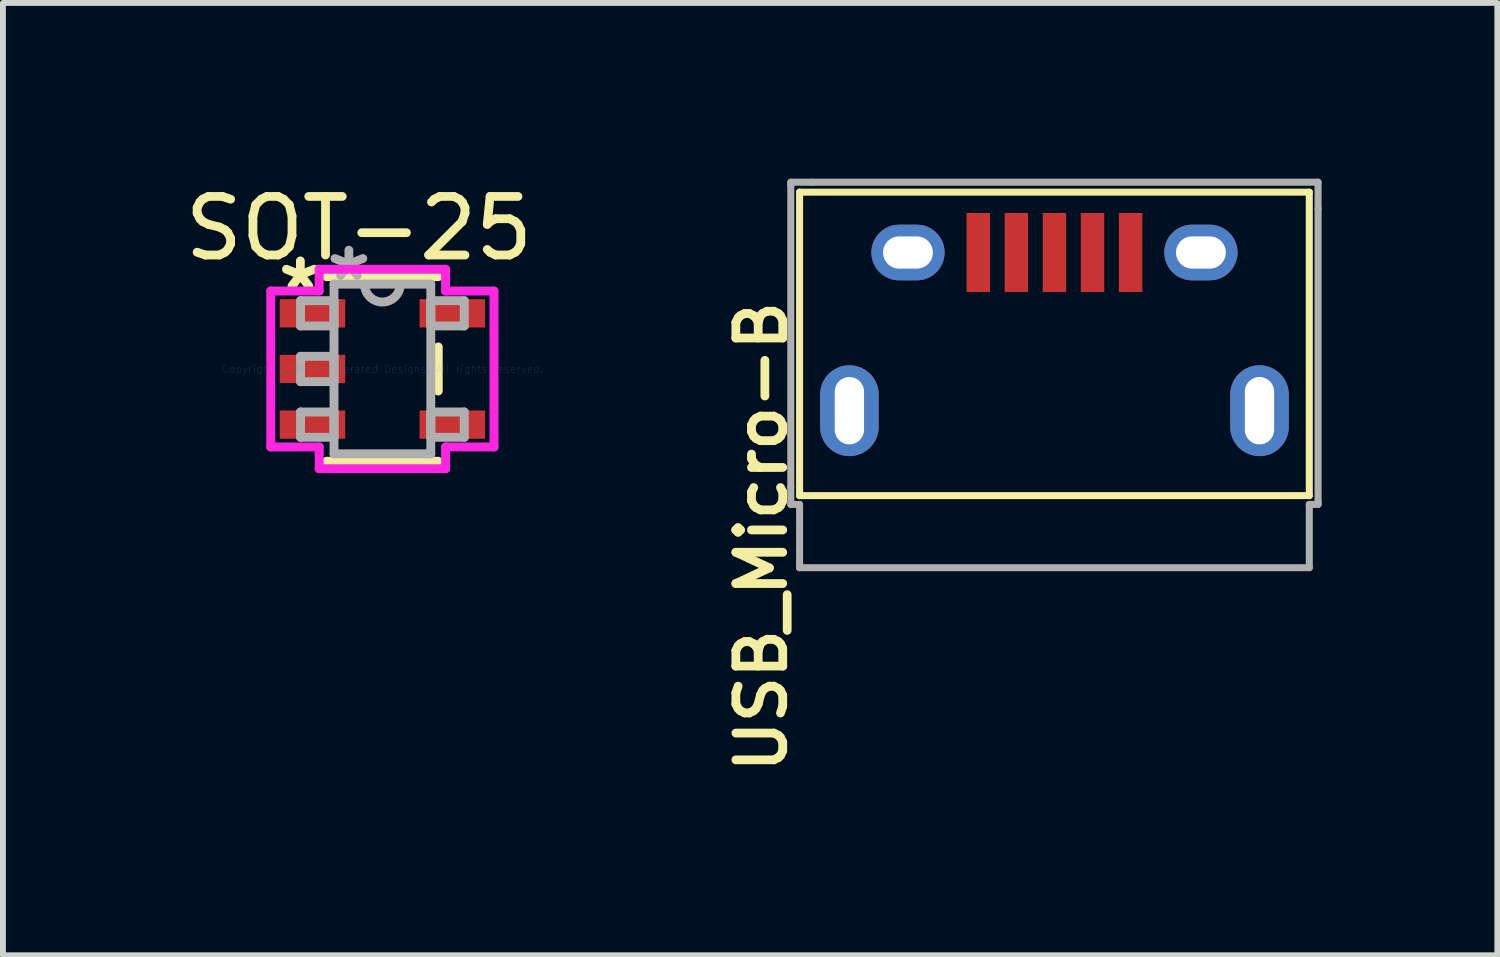
<source format=kicad_pcb>
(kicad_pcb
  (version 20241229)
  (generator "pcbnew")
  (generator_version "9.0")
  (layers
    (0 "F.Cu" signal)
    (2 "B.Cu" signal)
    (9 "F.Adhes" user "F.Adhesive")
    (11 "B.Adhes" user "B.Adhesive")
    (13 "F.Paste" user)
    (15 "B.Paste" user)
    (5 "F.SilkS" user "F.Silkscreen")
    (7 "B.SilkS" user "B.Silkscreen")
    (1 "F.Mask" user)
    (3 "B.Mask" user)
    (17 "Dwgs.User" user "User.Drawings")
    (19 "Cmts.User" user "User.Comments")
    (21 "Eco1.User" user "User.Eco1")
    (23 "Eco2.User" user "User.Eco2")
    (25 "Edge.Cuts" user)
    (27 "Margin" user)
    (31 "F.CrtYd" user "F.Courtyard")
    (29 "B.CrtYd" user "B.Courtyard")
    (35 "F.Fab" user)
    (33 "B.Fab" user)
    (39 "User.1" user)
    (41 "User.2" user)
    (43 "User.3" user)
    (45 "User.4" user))
  (footprint "USB_Micro-B"
    (layer "F.Cu")
    (at 14.948 2.61)
    (property "Reference" "USB_Micro-B" (at -5 3.5 270) (layer "F.SilkS") (effects (font (size 0.8 0.8) (thickness 0.15))))
    (attr smd)
    (fp_line (start -4.35 -2.38) (end 4.35 -2.38) (stroke (width 0.12) (type solid)) (layer "F.SilkS"))
    (fp_line (start -4.35 2.8) (end -4.35 -2.38) (stroke (width 0.12) (type solid)) (layer "F.SilkS"))
    (fp_line (start 4.35 -2.38) (end 4.35 2.8) (stroke (width 0.12) (type solid)) (layer "F.SilkS"))
    (fp_line (start 4.35 2.8) (end -4.35 2.8) (stroke (width 0.12) (type solid)) (layer "F.SilkS"))
    (fp_line (start -4.5 -2.55) (end -4.15 -2.55) (stroke (width 0.12) (type solid)) (layer "F.Fab"))
    (fp_line (start -4.5 -2.5) (end -4.5 -2.55) (stroke (width 0.12) (type solid)) (layer "F.Fab"))
    (fp_line (start -4.5 2.65) (end -4.5 -2.5) (stroke (width 0.12) (type solid)) (layer "F.Fab"))
    (fp_line (start -4.5 2.95) (end -4.5 2.65) (stroke (width 0.12) (type solid)) (layer "F.Fab"))
    (fp_line (start -4.35 2.95) (end -4.5 2.95) (stroke (width 0.12) (type solid)) (layer "F.Fab"))
    (fp_line (start -4.35 2.95) (end -4.35 4.03) (stroke (width 0.12) (type solid)) (layer "F.Fab"))
    (fp_line (start -4.35 4.03) (end 4.35 4.03) (stroke (width 0.12) (type solid)) (layer "F.Fab"))
    (fp_line (start -4.15 -2.55) (end 4.5 -2.55) (stroke (width 0.12) (type solid)) (layer "F.Fab"))
    (fp_line (start 4.35 4.03) (end 4.35 2.95) (stroke (width 0.12) (type solid)) (layer "F.Fab"))
    (fp_line (start 4.5 -2.55) (end 4.5 -2.1) (stroke (width 0.12) (type solid)) (layer "F.Fab"))
    (fp_line (start 4.5 -2.1) (end 4.5 2.9) (stroke (width 0.12) (type solid)) (layer "F.Fab"))
    (fp_line (start 4.5 2.9) (end 4.5 2.95) (stroke (width 0.12) (type solid)) (layer "F.Fab"))
    (fp_line (start 4.5 2.95) (end 4.35 2.95) (stroke (width 0.12) (type solid)) (layer "F.Fab"))
    (pad "1" smd rect (at -1.3 -1.35 90) (size 1.35 0.4) (layers "F.Cu" "F.Mask" "F.Paste"))
    (pad "2" smd rect (at -0.65 -1.35 90) (size 1.35 0.4) (layers "F.Cu" "F.Mask" "F.Paste"))
    (pad "3" smd rect (at 0 -1.35 90) (size 1.35 0.4) (layers "F.Cu" "F.Mask" "F.Paste"))
    (pad "4" smd rect (at 0.65 -1.35 90) (size 1.35 0.4) (layers "F.Cu" "F.Mask" "F.Paste"))
    (pad "5" smd rect (at 1.3 -1.35 90) (size 1.35 0.4) (layers "F.Cu" "F.Mask" "F.Paste"))
    (pad "6" thru_hole oval (at -3.5 1.35 90) (size 1.55 1) (drill oval 1.15 0.5) (layers "*.Cu" "*.Mask"))
    (pad "6" thru_hole oval (at -2.5 -1.35 90) (size 0.95 1.25) (drill oval 0.55 0.85) (layers "*.Cu" "*.Mask"))
    (pad "6" thru_hole oval (at 2.5 -1.35 90) (size 0.95 1.25) (drill oval 0.55 0.85) (layers "*.Cu" "*.Mask"))
    (pad "6" thru_hole oval (at 3.5 1.35 90) (size 1.55 1) (drill oval 1.15 0.5) (layers "*.Cu" "*.Mask")))
  (footprint "SOT-25"
    (layer "F.Cu")
    (at 3.477 3.248)
    (property "Reference" "SOT-25" (at -0.4 -2.4 0) (layer "F.SilkS") (effects (font (size 1 1) (thickness 0.15))))
    (attr through_hole)
    (fp_line (start -0.953 1.575) (end 0.953 1.575) (stroke (width 0.152) (type solid)) (layer "F.SilkS"))
    (fp_line (start 0.953 -1.575) (end -0.953 -1.575) (stroke (width 0.152) (type solid)) (layer "F.SilkS"))
    (fp_line (start 0.953 0.376) (end 0.953 -0.376) (stroke (width 0.152) (type solid)) (layer "F.SilkS"))
    (fp_line (start -1.905 -1.331) (end -1.079 -1.331) (stroke (width 0.152) (type solid)) (layer "F.CrtYd"))
    (fp_line (start -1.905 1.331) (end -1.905 -1.331) (stroke (width 0.152) (type solid)) (layer "F.CrtYd"))
    (fp_line (start -1.079 -1.702) (end 1.079 -1.702) (stroke (width 0.152) (type solid)) (layer "F.CrtYd"))
    (fp_line (start -1.079 -1.331) (end -1.079 -1.702) (stroke (width 0.152) (type solid)) (layer "F.CrtYd"))
    (fp_line (start -1.079 1.331) (end -1.905 1.331) (stroke (width 0.152) (type solid)) (layer "F.CrtYd"))
    (fp_line (start -1.079 1.702) (end -1.079 1.331) (stroke (width 0.152) (type solid)) (layer "F.CrtYd"))
    (fp_line (start 1.079 -1.702) (end 1.079 -1.331) (stroke (width 0.152) (type solid)) (layer "F.CrtYd"))
    (fp_line (start 1.079 -1.331) (end 1.905 -1.331) (stroke (width 0.152) (type solid)) (layer "F.CrtYd"))
    (fp_line (start 1.079 1.331) (end 1.079 1.702) (stroke (width 0.152) (type solid)) (layer "F.CrtYd"))
    (fp_line (start 1.079 1.702) (end -1.079 1.702) (stroke (width 0.152) (type solid)) (layer "F.CrtYd"))
    (fp_line (start 1.905 -1.331) (end 1.905 1.331) (stroke (width 0.152) (type solid)) (layer "F.CrtYd"))
    (fp_line (start 1.905 1.331) (end 1.079 1.331) (stroke (width 0.152) (type solid)) (layer "F.CrtYd"))
    (fp_line (start -1.397 -1.166) (end -1.397 -0.734) (stroke (width 0.152) (type solid)) (layer "F.Fab"))
    (fp_line (start -1.397 -0.734) (end -0.826 -0.734) (stroke (width 0.152) (type solid)) (layer "F.Fab"))
    (fp_line (start -1.397 -0.216) (end -1.397 0.216) (stroke (width 0.152) (type solid)) (layer "F.Fab"))
    (fp_line (start -1.397 0.216) (end -0.826 0.216) (stroke (width 0.152) (type solid)) (layer "F.Fab"))
    (fp_line (start -1.397 0.734) (end -1.397 1.166) (stroke (width 0.152) (type solid)) (layer "F.Fab"))
    (fp_line (start -1.397 1.166) (end -0.826 1.166) (stroke (width 0.152) (type solid)) (layer "F.Fab"))
    (fp_line (start -0.826 -1.448) (end -0.826 1.448) (stroke (width 0.152) (type solid)) (layer "F.Fab"))
    (fp_line (start -0.826 -1.166) (end -1.397 -1.166) (stroke (width 0.152) (type solid)) (layer "F.Fab"))
    (fp_line (start -0.826 -0.734) (end -0.826 -1.166) (stroke (width 0.152) (type solid)) (layer "F.Fab"))
    (fp_line (start -0.826 -0.216) (end -1.397 -0.216) (stroke (width 0.152) (type solid)) (layer "F.Fab"))
    (fp_line (start -0.826 0.216) (end -0.826 -0.216) (stroke (width 0.152) (type solid)) (layer "F.Fab"))
    (fp_line (start -0.826 0.734) (end -1.397 0.734) (stroke (width 0.152) (type solid)) (layer "F.Fab"))
    (fp_line (start -0.826 1.166) (end -0.826 0.734) (stroke (width 0.152) (type solid)) (layer "F.Fab"))
    (fp_line (start -0.826 1.448) (end 0.826 1.448) (stroke (width 0.152) (type solid)) (layer "F.Fab"))
    (fp_line (start 0.826 -1.448) (end -0.826 -1.448) (stroke (width 0.152) (type solid)) (layer "F.Fab"))
    (fp_line (start 0.826 -1.166) (end 0.826 -0.734) (stroke (width 0.152) (type solid)) (layer "F.Fab"))
    (fp_line (start 0.826 -0.734) (end 1.397 -0.734) (stroke (width 0.152) (type solid)) (layer "F.Fab"))
    (fp_line (start 0.826 0.734) (end 0.826 1.166) (stroke (width 0.152) (type solid)) (layer "F.Fab"))
    (fp_line (start 0.826 1.166) (end 1.397 1.166) (stroke (width 0.152) (type solid)) (layer "F.Fab"))
    (fp_line (start 0.826 1.448) (end 0.826 -1.448) (stroke (width 0.152) (type solid)) (layer "F.Fab"))
    (fp_line (start 1.397 -1.166) (end 0.826 -1.166) (stroke (width 0.152) (type solid)) (layer "F.Fab"))
    (fp_line (start 1.397 -0.734) (end 1.397 -1.166) (stroke (width 0.152) (type solid)) (layer "F.Fab"))
    (fp_line (start 1.397 0.734) (end 0.826 0.734) (stroke (width 0.152) (type solid)) (layer "F.Fab"))
    (fp_line (start 1.397 1.166) (end 1.397 0.734) (stroke (width 0.152) (type solid)) (layer "F.Fab"))
    (fp_arc (start 0.3048 -1.4478) (mid 0 -1.143) (end -0.3048 -1.4478) (stroke (width 0.1524) (type solid)) (layer "F.Fab"))
    (fp_text user "*" (at -1.4 -1.3 0) (layer "F.SilkS") (effects (font (size 1 1) (thickness 0.15))))
    (fp_text user "Copyright 2016 Accelerated Designs. All rights reserved." (at 0 0 0) (layer "Cmts.User") (effects (font (size 0.127 0.127) (thickness 0.002))))
    (fp_text user "*" (at -0.572 -1.483 0) (layer "F.Fab") (effects (font (size 1 1) (thickness 0.15))))
    (pad "1" smd rect (at -1.194 -0.95) (size 1.118 0.483) (layers "F.Cu" "F.Mask" "F.Paste"))
    (pad "2" smd rect (at -1.194 0) (size 1.118 0.483) (layers "F.Cu" "F.Mask" "F.Paste"))
    (pad "3" smd rect (at -1.194 0.95) (size 1.118 0.483) (layers "F.Cu" "F.Mask" "F.Paste"))
    (pad "4" smd rect (at 1.194 0.95) (size 1.118 0.483) (layers "F.Cu" "F.Mask" "F.Paste"))
    (pad "5" smd rect (at 1.194 -0.95) (size 1.118 0.483) (layers "F.Cu" "F.Mask" "F.Paste")))
  (gr_rect
    (start -3 -3)
    (end 22.508 13.255)
    (stroke (width 0.1) (type default))
    (fill no)
    (layer "Edge.Cuts")))
</source>
